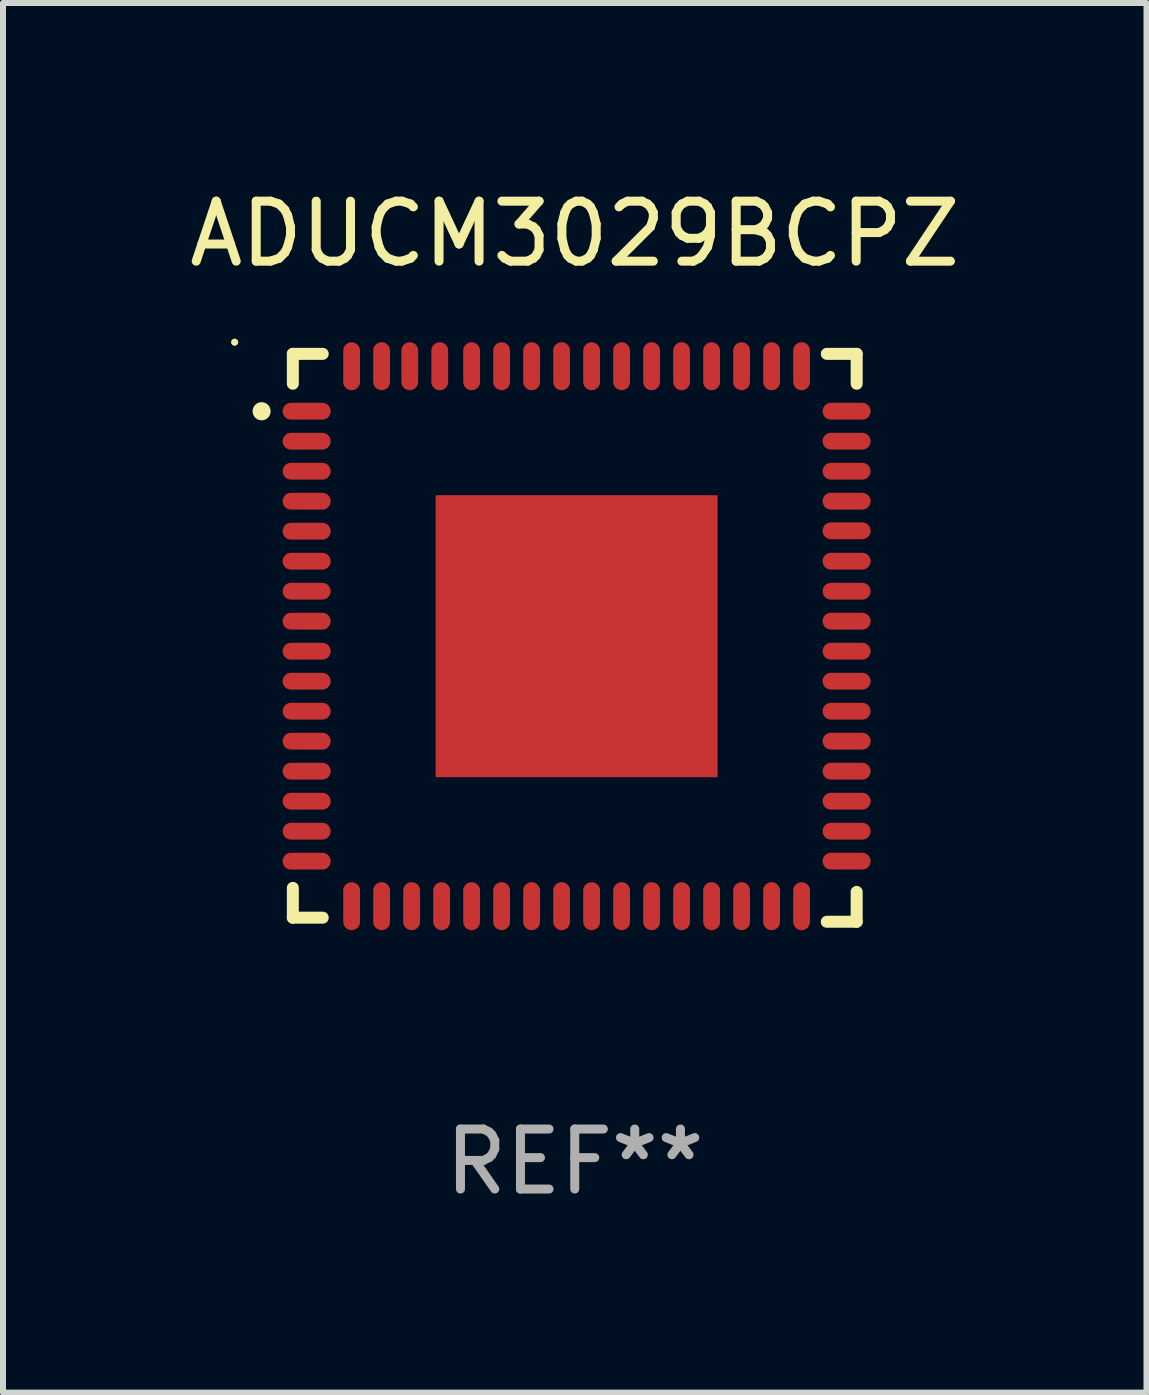
<source format=kicad_pcb>
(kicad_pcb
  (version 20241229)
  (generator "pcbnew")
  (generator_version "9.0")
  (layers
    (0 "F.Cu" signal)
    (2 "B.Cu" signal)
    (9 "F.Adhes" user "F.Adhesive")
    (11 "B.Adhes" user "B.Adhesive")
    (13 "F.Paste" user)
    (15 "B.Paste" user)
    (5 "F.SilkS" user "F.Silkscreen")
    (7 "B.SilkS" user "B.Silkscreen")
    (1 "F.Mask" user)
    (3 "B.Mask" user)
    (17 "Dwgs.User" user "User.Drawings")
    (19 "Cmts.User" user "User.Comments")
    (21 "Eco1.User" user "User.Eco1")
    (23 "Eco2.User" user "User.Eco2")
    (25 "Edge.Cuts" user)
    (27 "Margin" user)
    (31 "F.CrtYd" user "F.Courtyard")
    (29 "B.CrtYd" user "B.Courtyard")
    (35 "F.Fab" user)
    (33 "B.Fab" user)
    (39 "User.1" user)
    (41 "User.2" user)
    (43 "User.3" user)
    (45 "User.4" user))
  (footprint "ADUCM3029BCPZ"
    (layer "F.Cu")
    (at 6.53 7.581)
    (property "Reference" "ADUCM3029BCPZ" (at 0 -6.733 0) (layer "F.SilkS") (effects (font (size 1 1) (thickness 0.15))))
    (attr through_hole)
    (fp_line (start -4.699 -4.733) (end -4.201 -4.733) (stroke (width 0.2) (type solid)) (layer "F.SilkS"))
    (fp_line (start -4.699 -4.235) (end -4.699 -4.733) (stroke (width 0.2) (type solid)) (layer "F.SilkS"))
    (fp_line (start -4.699 4.168) (end -4.699 4.665) (stroke (width 0.2) (type solid)) (layer "F.SilkS"))
    (fp_line (start -4.699 4.665) (end -4.201 4.665) (stroke (width 0.2) (type solid)) (layer "F.SilkS"))
    (fp_line (start 4.201 -4.733) (end 4.699 -4.733) (stroke (width 0.2) (type solid)) (layer "F.SilkS"))
    (fp_line (start 4.201 4.733) (end 4.699 4.733) (stroke (width 0.2) (type solid)) (layer "F.SilkS"))
    (fp_line (start 4.699 -4.733) (end 4.699 -4.235) (stroke (width 0.2) (type solid)) (layer "F.SilkS"))
    (fp_line (start 4.699 4.733) (end 4.699 4.235) (stroke (width 0.2) (type solid)) (layer "F.SilkS"))
    (fp_arc (start -5.219304 -3.774867) (mid -5.219309 -3.776137) (end -5.219304 -3.777407) (stroke (width 0.3) (type solid)) (layer "F.SilkS"))
    (fp_circle (center -5.669 -4.927) (end -5.639 -4.927) (stroke (width 0.06) (type solid)) (fill no) (layer "F.SilkS"))
    (fp_text user "REF**" (at 0 8.733 0) (layer "F.Fab") (effects (font (size 1 1) (thickness 0.15))))
    (pad "1" smd oval (at -4.469 -3.777 90) (size 0.28 0.8) (layers "F.Cu" "F.Mask" "F.Paste"))
    (pad "2" smd oval (at -4.469 -3.277 90) (size 0.28 0.8) (layers "F.Cu" "F.Mask" "F.Paste"))
    (pad "3" smd oval (at -4.469 -2.777 90) (size 0.28 0.8) (layers "F.Cu" "F.Mask" "F.Paste"))
    (pad "4" smd oval (at -4.469 -2.277 90) (size 0.28 0.8) (layers "F.Cu" "F.Mask" "F.Paste"))
    (pad "5" smd oval (at -4.469 -1.777 90) (size 0.28 0.8) (layers "F.Cu" "F.Mask" "F.Paste"))
    (pad "6" smd oval (at -4.469 -1.277 90) (size 0.28 0.8) (layers "F.Cu" "F.Mask" "F.Paste"))
    (pad "7" smd oval (at -4.469 -0.777 90) (size 0.28 0.8) (layers "F.Cu" "F.Mask" "F.Paste"))
    (pad "8" smd oval (at -4.469 -0.277 90) (size 0.28 0.8) (layers "F.Cu" "F.Mask" "F.Paste"))
    (pad "9" smd oval (at -4.469 0.223 90) (size 0.28 0.8) (layers "F.Cu" "F.Mask" "F.Paste"))
    (pad "10" smd oval (at -4.469 0.723 90) (size 0.28 0.8) (layers "F.Cu" "F.Mask" "F.Paste"))
    (pad "11" smd oval (at -4.469 1.223 90) (size 0.28 0.8) (layers "F.Cu" "F.Mask" "F.Paste"))
    (pad "12" smd oval (at -4.469 1.723 90) (size 0.28 0.8) (layers "F.Cu" "F.Mask" "F.Paste"))
    (pad "13" smd oval (at -4.469 2.223 90) (size 0.28 0.8) (layers "F.Cu" "F.Mask" "F.Paste"))
    (pad "14" smd oval (at -4.469 2.723 90) (size 0.28 0.8) (layers "F.Cu" "F.Mask" "F.Paste"))
    (pad "15" smd oval (at -4.469 3.223 90) (size 0.28 0.8) (layers "F.Cu" "F.Mask" "F.Paste"))
    (pad "16" smd oval (at -4.469 3.723 90) (size 0.28 0.8) (layers "F.Cu" "F.Mask" "F.Paste"))
    (pad "17" smd oval (at -3.719 4.473 180) (size 0.28 0.8) (layers "F.Cu" "F.Mask" "F.Paste"))
    (pad "18" smd oval (at -3.219 4.473 180) (size 0.28 0.8) (layers "F.Cu" "F.Mask" "F.Paste"))
    (pad "19" smd oval (at -2.719 4.473 180) (size 0.28 0.8) (layers "F.Cu" "F.Mask" "F.Paste"))
    (pad "20" smd oval (at -2.219 4.473 180) (size 0.28 0.8) (layers "F.Cu" "F.Mask" "F.Paste"))
    (pad "21" smd oval (at -1.719 4.473 180) (size 0.28 0.8) (layers "F.Cu" "F.Mask" "F.Paste"))
    (pad "22" smd oval (at -1.219 4.473 180) (size 0.28 0.8) (layers "F.Cu" "F.Mask" "F.Paste"))
    (pad "23" smd oval (at -0.719 4.473 180) (size 0.28 0.8) (layers "F.Cu" "F.Mask" "F.Paste"))
    (pad "24" smd oval (at -0.219 4.473 180) (size 0.28 0.8) (layers "F.Cu" "F.Mask" "F.Paste"))
    (pad "25" smd oval (at 0.281 4.473 180) (size 0.28 0.8) (layers "F.Cu" "F.Mask" "F.Paste"))
    (pad "26" smd oval (at 0.781 4.473 180) (size 0.28 0.8) (layers "F.Cu" "F.Mask" "F.Paste"))
    (pad "27" smd oval (at 1.281 4.473 180) (size 0.28 0.8) (layers "F.Cu" "F.Mask" "F.Paste"))
    (pad "28" smd oval (at 1.781 4.473 180) (size 0.28 0.8) (layers "F.Cu" "F.Mask" "F.Paste"))
    (pad "29" smd oval (at 2.281 4.473 180) (size 0.28 0.8) (layers "F.Cu" "F.Mask" "F.Paste"))
    (pad "30" smd oval (at 2.781 4.473 180) (size 0.28 0.8) (layers "F.Cu" "F.Mask" "F.Paste"))
    (pad "31" smd oval (at 3.281 4.473 180) (size 0.28 0.8) (layers "F.Cu" "F.Mask" "F.Paste"))
    (pad "32" smd oval (at 3.781 4.473 180) (size 0.28 0.8) (layers "F.Cu" "F.Mask" "F.Paste"))
    (pad "33" smd oval (at 4.531 3.723 270) (size 0.28 0.8) (layers "F.Cu" "F.Mask" "F.Paste"))
    (pad "34" smd oval (at 4.531 3.223 270) (size 0.28 0.8) (layers "F.Cu" "F.Mask" "F.Paste"))
    (pad "35" smd oval (at 4.531 2.723 270) (size 0.28 0.8) (layers "F.Cu" "F.Mask" "F.Paste"))
    (pad "36" smd oval (at 4.531 2.223 270) (size 0.28 0.8) (layers "F.Cu" "F.Mask" "F.Paste"))
    (pad "37" smd oval (at 4.531 1.723 270) (size 0.28 0.8) (layers "F.Cu" "F.Mask" "F.Paste"))
    (pad "38" smd oval (at 4.531 1.223 270) (size 0.28 0.8) (layers "F.Cu" "F.Mask" "F.Paste"))
    (pad "39" smd oval (at 4.531 0.723 270) (size 0.28 0.8) (layers "F.Cu" "F.Mask" "F.Paste"))
    (pad "40" smd oval (at 4.531 0.223 270) (size 0.28 0.8) (layers "F.Cu" "F.Mask" "F.Paste"))
    (pad "41" smd oval (at 4.531 -0.277 270) (size 0.28 0.8) (layers "F.Cu" "F.Mask" "F.Paste"))
    (pad "42" smd oval (at 4.531 -0.777 270) (size 0.28 0.8) (layers "F.Cu" "F.Mask" "F.Paste"))
    (pad "43" smd oval (at 4.531 -1.277 270) (size 0.28 0.8) (layers "F.Cu" "F.Mask" "F.Paste"))
    (pad "44" smd oval (at 4.531 -1.784 270) (size 0.28 0.8) (layers "F.Cu" "F.Mask" "F.Paste"))
    (pad "45" smd oval (at 4.531 -2.277 270) (size 0.28 0.8) (layers "F.Cu" "F.Mask" "F.Paste"))
    (pad "46" smd oval (at 4.531 -2.777 270) (size 0.28 0.8) (layers "F.Cu" "F.Mask" "F.Paste"))
    (pad "47" smd oval (at 4.531 -3.277 270) (size 0.28 0.8) (layers "F.Cu" "F.Mask" "F.Paste"))
    (pad "48" smd oval (at 4.531 -3.777 270) (size 0.28 0.8) (layers "F.Cu" "F.Mask" "F.Paste"))
    (pad "49" smd oval (at 3.781 -4.527) (size 0.28 0.8) (layers "F.Cu" "F.Mask" "F.Paste"))
    (pad "50" smd oval (at 3.281 -4.527) (size 0.28 0.8) (layers "F.Cu" "F.Mask" "F.Paste"))
    (pad "51" smd oval (at 2.781 -4.527) (size 0.28 0.8) (layers "F.Cu" "F.Mask" "F.Paste"))
    (pad "52" smd oval (at 2.281 -4.527) (size 0.28 0.8) (layers "F.Cu" "F.Mask" "F.Paste"))
    (pad "53" smd oval (at 1.781 -4.527) (size 0.28 0.8) (layers "F.Cu" "F.Mask" "F.Paste"))
    (pad "54" smd oval (at 1.281 -4.527) (size 0.28 0.8) (layers "F.Cu" "F.Mask" "F.Paste"))
    (pad "55" smd oval (at 0.781 -4.527) (size 0.28 0.8) (layers "F.Cu" "F.Mask" "F.Paste"))
    (pad "56" smd oval (at 0.281 -4.527) (size 0.28 0.8) (layers "F.Cu" "F.Mask" "F.Paste"))
    (pad "57" smd oval (at -0.219 -4.527) (size 0.28 0.8) (layers "F.Cu" "F.Mask" "F.Paste"))
    (pad "58" smd oval (at -0.719 -4.527) (size 0.28 0.8) (layers "F.Cu" "F.Mask" "F.Paste"))
    (pad "59" smd oval (at -1.219 -4.527) (size 0.28 0.8) (layers "F.Cu" "F.Mask" "F.Paste"))
    (pad "60" smd oval (at -1.719 -4.527) (size 0.28 0.8) (layers "F.Cu" "F.Mask" "F.Paste"))
    (pad "61" smd oval (at -2.25 -4.527) (size 0.28 0.8) (layers "F.Cu" "F.Mask" "F.Paste"))
    (pad "62" smd oval (at -2.75 -4.527) (size 0.28 0.8) (layers "F.Cu" "F.Mask" "F.Paste"))
    (pad "63" smd oval (at -3.219 -4.527) (size 0.28 0.8) (layers "F.Cu" "F.Mask" "F.Paste"))
    (pad "64" smd oval (at -3.719 -4.527) (size 0.28 0.8) (layers "F.Cu" "F.Mask" "F.Paste"))
    (pad "65" smd rect (at 0.031 -0.027) (size 4.7 4.7) (layers "F.Cu" "F.Mask" "F.Paste")))
  (gr_rect
    (start -3 -3)
    (end 16.06 20.162)
    (stroke (width 0.1) (type default))
    (fill no)
    (layer "Edge.Cuts")))
</source>
